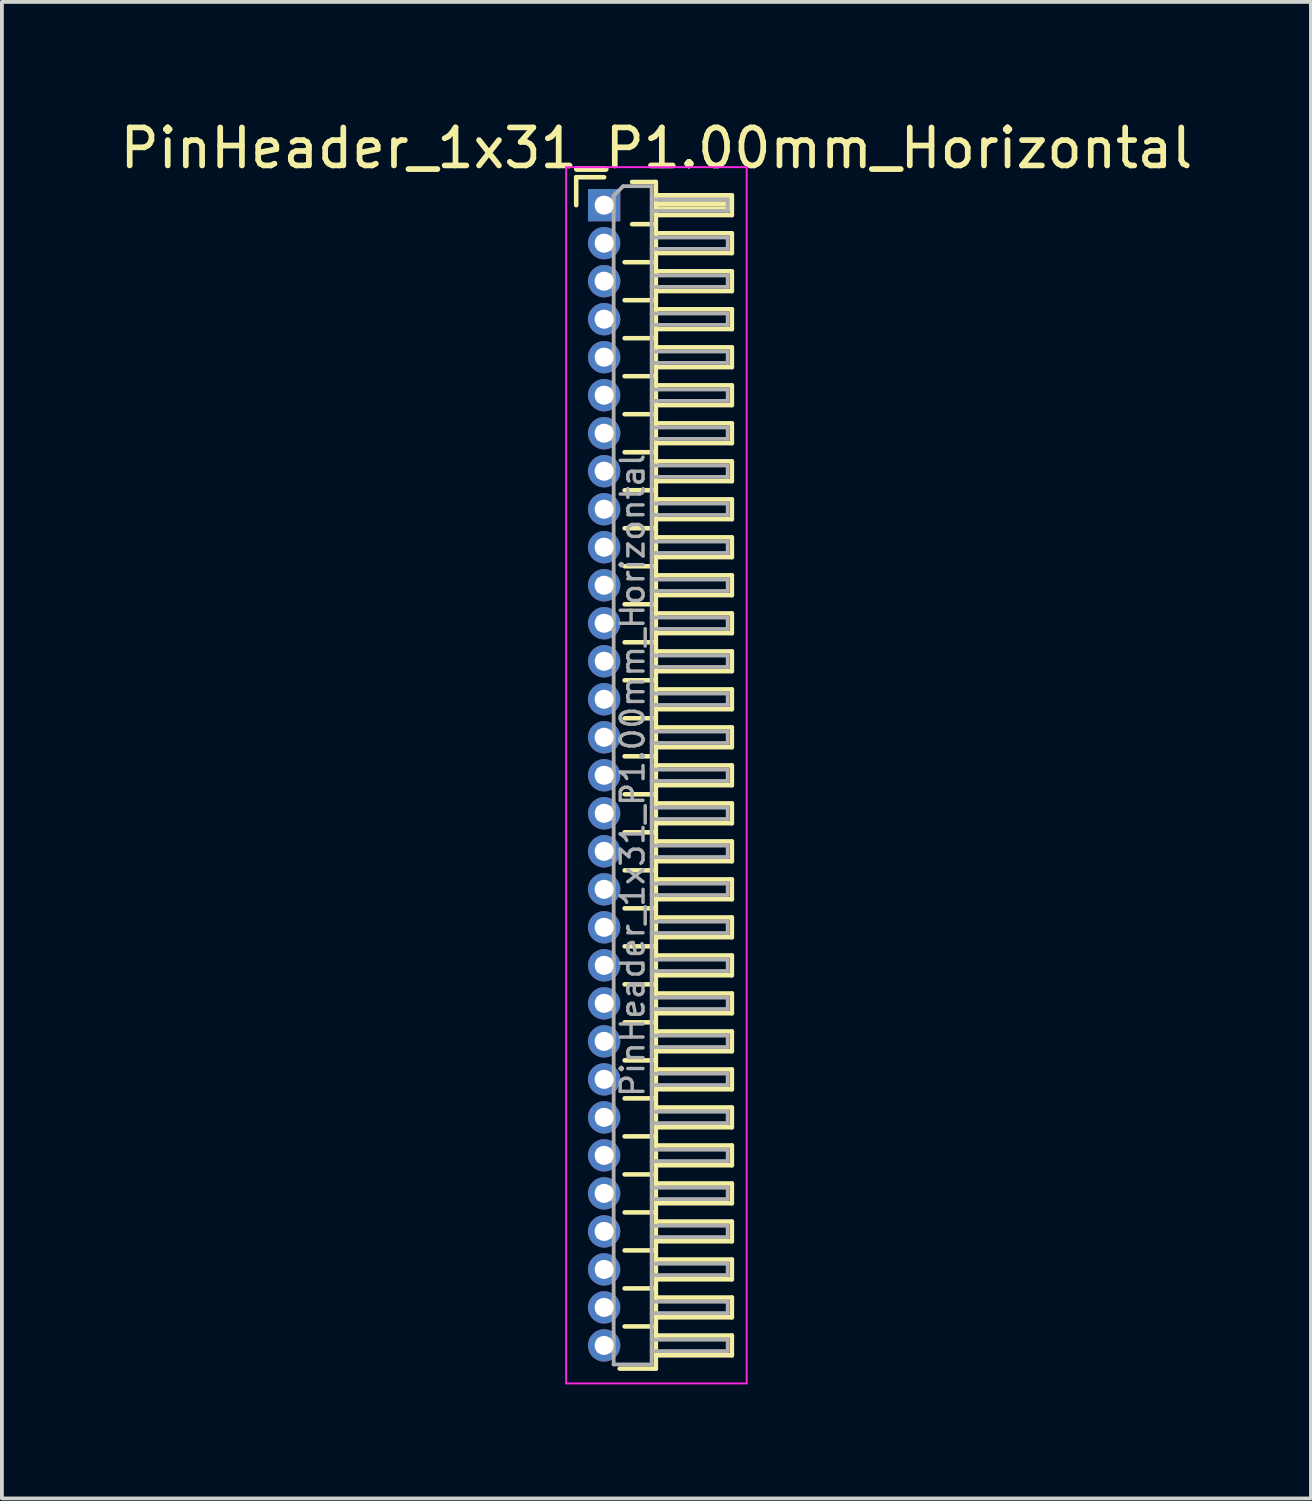
<source format=kicad_pcb>
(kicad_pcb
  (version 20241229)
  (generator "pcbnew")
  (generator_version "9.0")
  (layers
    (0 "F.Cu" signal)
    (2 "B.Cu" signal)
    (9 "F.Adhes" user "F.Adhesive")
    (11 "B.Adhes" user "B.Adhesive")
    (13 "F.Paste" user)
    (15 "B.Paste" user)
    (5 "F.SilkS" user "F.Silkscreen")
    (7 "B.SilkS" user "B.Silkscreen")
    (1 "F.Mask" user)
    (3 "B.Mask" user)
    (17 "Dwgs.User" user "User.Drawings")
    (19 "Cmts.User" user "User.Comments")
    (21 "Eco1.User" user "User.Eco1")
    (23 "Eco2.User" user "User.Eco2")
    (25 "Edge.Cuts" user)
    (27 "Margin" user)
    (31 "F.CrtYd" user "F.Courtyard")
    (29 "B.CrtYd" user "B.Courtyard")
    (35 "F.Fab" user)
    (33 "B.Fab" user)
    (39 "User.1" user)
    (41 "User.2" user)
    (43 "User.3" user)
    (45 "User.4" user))
  (footprint "PinHeader_1x31_P1.00mm_Horizontal"
    (layer "F.Cu")
    (at 12.845 2.348)
    (property "Reference" "PinHeader_1x31_P1.00mm_Horizontal" (at 1.375 -1.5 0) (layer "F.SilkS") (effects (font (size 1 1) (thickness 0.15))))
    (attr through_hole)
    (fp_line (start -0.735 -0.735) (end 0 -0.735) (stroke (width 0.12) (type solid)) (layer "F.SilkS"))
    (fp_line (start -0.735 0) (end -0.735 -0.735) (stroke (width 0.12) (type solid)) (layer "F.SilkS"))
    (fp_line (start 0.539 1.5) (end 1.36 1.5) (stroke (width 0.12) (type solid)) (layer "F.SilkS"))
    (fp_line (start 0.539 2.5) (end 1.36 2.5) (stroke (width 0.12) (type solid)) (layer "F.SilkS"))
    (fp_line (start 0.539 3.5) (end 1.36 3.5) (stroke (width 0.12) (type solid)) (layer "F.SilkS"))
    (fp_line (start 0.539 4.5) (end 1.36 4.5) (stroke (width 0.12) (type solid)) (layer "F.SilkS"))
    (fp_line (start 0.539 5.5) (end 1.36 5.5) (stroke (width 0.12) (type solid)) (layer "F.SilkS"))
    (fp_line (start 0.539 6.5) (end 1.36 6.5) (stroke (width 0.12) (type solid)) (layer "F.SilkS"))
    (fp_line (start 0.539 7.5) (end 1.36 7.5) (stroke (width 0.12) (type solid)) (layer "F.SilkS"))
    (fp_line (start 0.539 8.5) (end 1.36 8.5) (stroke (width 0.12) (type solid)) (layer "F.SilkS"))
    (fp_line (start 0.539 9.5) (end 1.36 9.5) (stroke (width 0.12) (type solid)) (layer "F.SilkS"))
    (fp_line (start 0.539 10.5) (end 1.36 10.5) (stroke (width 0.12) (type solid)) (layer "F.SilkS"))
    (fp_line (start 0.539 11.5) (end 1.36 11.5) (stroke (width 0.12) (type solid)) (layer "F.SilkS"))
    (fp_line (start 0.539 12.5) (end 1.36 12.5) (stroke (width 0.12) (type solid)) (layer "F.SilkS"))
    (fp_line (start 0.539 13.5) (end 1.36 13.5) (stroke (width 0.12) (type solid)) (layer "F.SilkS"))
    (fp_line (start 0.539 14.5) (end 1.36 14.5) (stroke (width 0.12) (type solid)) (layer "F.SilkS"))
    (fp_line (start 0.539 15.5) (end 1.36 15.5) (stroke (width 0.12) (type solid)) (layer "F.SilkS"))
    (fp_line (start 0.539 16.5) (end 1.36 16.5) (stroke (width 0.12) (type solid)) (layer "F.SilkS"))
    (fp_line (start 0.539 17.5) (end 1.36 17.5) (stroke (width 0.12) (type solid)) (layer "F.SilkS"))
    (fp_line (start 0.539 18.5) (end 1.36 18.5) (stroke (width 0.12) (type solid)) (layer "F.SilkS"))
    (fp_line (start 0.539 19.5) (end 1.36 19.5) (stroke (width 0.12) (type solid)) (layer "F.SilkS"))
    (fp_line (start 0.539 20.5) (end 1.36 20.5) (stroke (width 0.12) (type solid)) (layer "F.SilkS"))
    (fp_line (start 0.539 21.5) (end 1.36 21.5) (stroke (width 0.12) (type solid)) (layer "F.SilkS"))
    (fp_line (start 0.539 22.5) (end 1.36 22.5) (stroke (width 0.12) (type solid)) (layer "F.SilkS"))
    (fp_line (start 0.539 23.5) (end 1.36 23.5) (stroke (width 0.12) (type solid)) (layer "F.SilkS"))
    (fp_line (start 0.539 24.5) (end 1.36 24.5) (stroke (width 0.12) (type solid)) (layer "F.SilkS"))
    (fp_line (start 0.539 25.5) (end 1.36 25.5) (stroke (width 0.12) (type solid)) (layer "F.SilkS"))
    (fp_line (start 0.539 26.5) (end 1.36 26.5) (stroke (width 0.12) (type solid)) (layer "F.SilkS"))
    (fp_line (start 0.539 27.5) (end 1.36 27.5) (stroke (width 0.12) (type solid)) (layer "F.SilkS"))
    (fp_line (start 0.539 28.5) (end 1.36 28.5) (stroke (width 0.12) (type solid)) (layer "F.SilkS"))
    (fp_line (start 0.539 29.5) (end 1.36 29.5) (stroke (width 0.12) (type solid)) (layer "F.SilkS"))
    (fp_line (start 0.735 -0.61) (end 1.36 -0.61) (stroke (width 0.12) (type solid)) (layer "F.SilkS"))
    (fp_line (start 0.735 0.5) (end 1.36 0.5) (stroke (width 0.12) (type solid)) (layer "F.SilkS"))
    (fp_line (start 1.36 -0.61) (end 1.36 30.61) (stroke (width 0.12) (type solid)) (layer "F.SilkS"))
    (fp_line (start 1.36 -0.26) (end 3.36 -0.26) (stroke (width 0.12) (type solid)) (layer "F.SilkS"))
    (fp_line (start 1.36 -0.15) (end 3.36 -0.15) (stroke (width 0.12) (type solid)) (layer "F.SilkS"))
    (fp_line (start 1.36 -0.03) (end 3.36 -0.03) (stroke (width 0.12) (type solid)) (layer "F.SilkS"))
    (fp_line (start 1.36 0.09) (end 3.36 0.09) (stroke (width 0.12) (type solid)) (layer "F.SilkS"))
    (fp_line (start 1.36 0.74) (end 3.36 0.74) (stroke (width 0.12) (type solid)) (layer "F.SilkS"))
    (fp_line (start 1.36 1.74) (end 3.36 1.74) (stroke (width 0.12) (type solid)) (layer "F.SilkS"))
    (fp_line (start 1.36 2.74) (end 3.36 2.74) (stroke (width 0.12) (type solid)) (layer "F.SilkS"))
    (fp_line (start 1.36 3.74) (end 3.36 3.74) (stroke (width 0.12) (type solid)) (layer "F.SilkS"))
    (fp_line (start 1.36 4.74) (end 3.36 4.74) (stroke (width 0.12) (type solid)) (layer "F.SilkS"))
    (fp_line (start 1.36 5.74) (end 3.36 5.74) (stroke (width 0.12) (type solid)) (layer "F.SilkS"))
    (fp_line (start 1.36 6.74) (end 3.36 6.74) (stroke (width 0.12) (type solid)) (layer "F.SilkS"))
    (fp_line (start 1.36 7.74) (end 3.36 7.74) (stroke (width 0.12) (type solid)) (layer "F.SilkS"))
    (fp_line (start 1.36 8.74) (end 3.36 8.74) (stroke (width 0.12) (type solid)) (layer "F.SilkS"))
    (fp_line (start 1.36 9.74) (end 3.36 9.74) (stroke (width 0.12) (type solid)) (layer "F.SilkS"))
    (fp_line (start 1.36 10.74) (end 3.36 10.74) (stroke (width 0.12) (type solid)) (layer "F.SilkS"))
    (fp_line (start 1.36 11.74) (end 3.36 11.74) (stroke (width 0.12) (type solid)) (layer "F.SilkS"))
    (fp_line (start 1.36 12.74) (end 3.36 12.74) (stroke (width 0.12) (type solid)) (layer "F.SilkS"))
    (fp_line (start 1.36 13.74) (end 3.36 13.74) (stroke (width 0.12) (type solid)) (layer "F.SilkS"))
    (fp_line (start 1.36 14.74) (end 3.36 14.74) (stroke (width 0.12) (type solid)) (layer "F.SilkS"))
    (fp_line (start 1.36 15.74) (end 3.36 15.74) (stroke (width 0.12) (type solid)) (layer "F.SilkS"))
    (fp_line (start 1.36 16.74) (end 3.36 16.74) (stroke (width 0.12) (type solid)) (layer "F.SilkS"))
    (fp_line (start 1.36 17.74) (end 3.36 17.74) (stroke (width 0.12) (type solid)) (layer "F.SilkS"))
    (fp_line (start 1.36 18.74) (end 3.36 18.74) (stroke (width 0.12) (type solid)) (layer "F.SilkS"))
    (fp_line (start 1.36 19.74) (end 3.36 19.74) (stroke (width 0.12) (type solid)) (layer "F.SilkS"))
    (fp_line (start 1.36 20.74) (end 3.36 20.74) (stroke (width 0.12) (type solid)) (layer "F.SilkS"))
    (fp_line (start 1.36 21.74) (end 3.36 21.74) (stroke (width 0.12) (type solid)) (layer "F.SilkS"))
    (fp_line (start 1.36 22.74) (end 3.36 22.74) (stroke (width 0.12) (type solid)) (layer "F.SilkS"))
    (fp_line (start 1.36 23.74) (end 3.36 23.74) (stroke (width 0.12) (type solid)) (layer "F.SilkS"))
    (fp_line (start 1.36 24.74) (end 3.36 24.74) (stroke (width 0.12) (type solid)) (layer "F.SilkS"))
    (fp_line (start 1.36 25.74) (end 3.36 25.74) (stroke (width 0.12) (type solid)) (layer "F.SilkS"))
    (fp_line (start 1.36 26.74) (end 3.36 26.74) (stroke (width 0.12) (type solid)) (layer "F.SilkS"))
    (fp_line (start 1.36 27.74) (end 3.36 27.74) (stroke (width 0.12) (type solid)) (layer "F.SilkS"))
    (fp_line (start 1.36 28.74) (end 3.36 28.74) (stroke (width 0.12) (type solid)) (layer "F.SilkS"))
    (fp_line (start 1.36 29.74) (end 3.36 29.74) (stroke (width 0.12) (type solid)) (layer "F.SilkS"))
    (fp_line (start 1.36 30.61) (end 0.41 30.61) (stroke (width 0.12) (type solid)) (layer "F.SilkS"))
    (fp_line (start 3.36 -0.26) (end 3.36 0.26) (stroke (width 0.12) (type solid)) (layer "F.SilkS"))
    (fp_line (start 3.36 0.26) (end 1.36 0.26) (stroke (width 0.12) (type solid)) (layer "F.SilkS"))
    (fp_line (start 3.36 0.74) (end 3.36 1.26) (stroke (width 0.12) (type solid)) (layer "F.SilkS"))
    (fp_line (start 3.36 1.26) (end 1.36 1.26) (stroke (width 0.12) (type solid)) (layer "F.SilkS"))
    (fp_line (start 3.36 1.74) (end 3.36 2.26) (stroke (width 0.12) (type solid)) (layer "F.SilkS"))
    (fp_line (start 3.36 2.26) (end 1.36 2.26) (stroke (width 0.12) (type solid)) (layer "F.SilkS"))
    (fp_line (start 3.36 2.74) (end 3.36 3.26) (stroke (width 0.12) (type solid)) (layer "F.SilkS"))
    (fp_line (start 3.36 3.26) (end 1.36 3.26) (stroke (width 0.12) (type solid)) (layer "F.SilkS"))
    (fp_line (start 3.36 3.74) (end 3.36 4.26) (stroke (width 0.12) (type solid)) (layer "F.SilkS"))
    (fp_line (start 3.36 4.26) (end 1.36 4.26) (stroke (width 0.12) (type solid)) (layer "F.SilkS"))
    (fp_line (start 3.36 4.74) (end 3.36 5.26) (stroke (width 0.12) (type solid)) (layer "F.SilkS"))
    (fp_line (start 3.36 5.26) (end 1.36 5.26) (stroke (width 0.12) (type solid)) (layer "F.SilkS"))
    (fp_line (start 3.36 5.74) (end 3.36 6.26) (stroke (width 0.12) (type solid)) (layer "F.SilkS"))
    (fp_line (start 3.36 6.26) (end 1.36 6.26) (stroke (width 0.12) (type solid)) (layer "F.SilkS"))
    (fp_line (start 3.36 6.74) (end 3.36 7.26) (stroke (width 0.12) (type solid)) (layer "F.SilkS"))
    (fp_line (start 3.36 7.26) (end 1.36 7.26) (stroke (width 0.12) (type solid)) (layer "F.SilkS"))
    (fp_line (start 3.36 7.74) (end 3.36 8.26) (stroke (width 0.12) (type solid)) (layer "F.SilkS"))
    (fp_line (start 3.36 8.26) (end 1.36 8.26) (stroke (width 0.12) (type solid)) (layer "F.SilkS"))
    (fp_line (start 3.36 8.74) (end 3.36 9.26) (stroke (width 0.12) (type solid)) (layer "F.SilkS"))
    (fp_line (start 3.36 9.26) (end 1.36 9.26) (stroke (width 0.12) (type solid)) (layer "F.SilkS"))
    (fp_line (start 3.36 9.74) (end 3.36 10.26) (stroke (width 0.12) (type solid)) (layer "F.SilkS"))
    (fp_line (start 3.36 10.26) (end 1.36 10.26) (stroke (width 0.12) (type solid)) (layer "F.SilkS"))
    (fp_line (start 3.36 10.74) (end 3.36 11.26) (stroke (width 0.12) (type solid)) (layer "F.SilkS"))
    (fp_line (start 3.36 11.26) (end 1.36 11.26) (stroke (width 0.12) (type solid)) (layer "F.SilkS"))
    (fp_line (start 3.36 11.74) (end 3.36 12.26) (stroke (width 0.12) (type solid)) (layer "F.SilkS"))
    (fp_line (start 3.36 12.26) (end 1.36 12.26) (stroke (width 0.12) (type solid)) (layer "F.SilkS"))
    (fp_line (start 3.36 12.74) (end 3.36 13.26) (stroke (width 0.12) (type solid)) (layer "F.SilkS"))
    (fp_line (start 3.36 13.26) (end 1.36 13.26) (stroke (width 0.12) (type solid)) (layer "F.SilkS"))
    (fp_line (start 3.36 13.74) (end 3.36 14.26) (stroke (width 0.12) (type solid)) (layer "F.SilkS"))
    (fp_line (start 3.36 14.26) (end 1.36 14.26) (stroke (width 0.12) (type solid)) (layer "F.SilkS"))
    (fp_line (start 3.36 14.74) (end 3.36 15.26) (stroke (width 0.12) (type solid)) (layer "F.SilkS"))
    (fp_line (start 3.36 15.26) (end 1.36 15.26) (stroke (width 0.12) (type solid)) (layer "F.SilkS"))
    (fp_line (start 3.36 15.74) (end 3.36 16.26) (stroke (width 0.12) (type solid)) (layer "F.SilkS"))
    (fp_line (start 3.36 16.26) (end 1.36 16.26) (stroke (width 0.12) (type solid)) (layer "F.SilkS"))
    (fp_line (start 3.36 16.74) (end 3.36 17.26) (stroke (width 0.12) (type solid)) (layer "F.SilkS"))
    (fp_line (start 3.36 17.26) (end 1.36 17.26) (stroke (width 0.12) (type solid)) (layer "F.SilkS"))
    (fp_line (start 3.36 17.74) (end 3.36 18.26) (stroke (width 0.12) (type solid)) (layer "F.SilkS"))
    (fp_line (start 3.36 18.26) (end 1.36 18.26) (stroke (width 0.12) (type solid)) (layer "F.SilkS"))
    (fp_line (start 3.36 18.74) (end 3.36 19.26) (stroke (width 0.12) (type solid)) (layer "F.SilkS"))
    (fp_line (start 3.36 19.26) (end 1.36 19.26) (stroke (width 0.12) (type solid)) (layer "F.SilkS"))
    (fp_line (start 3.36 19.74) (end 3.36 20.26) (stroke (width 0.12) (type solid)) (layer "F.SilkS"))
    (fp_line (start 3.36 20.26) (end 1.36 20.26) (stroke (width 0.12) (type solid)) (layer "F.SilkS"))
    (fp_line (start 3.36 20.74) (end 3.36 21.26) (stroke (width 0.12) (type solid)) (layer "F.SilkS"))
    (fp_line (start 3.36 21.26) (end 1.36 21.26) (stroke (width 0.12) (type solid)) (layer "F.SilkS"))
    (fp_line (start 3.36 21.74) (end 3.36 22.26) (stroke (width 0.12) (type solid)) (layer "F.SilkS"))
    (fp_line (start 3.36 22.26) (end 1.36 22.26) (stroke (width 0.12) (type solid)) (layer "F.SilkS"))
    (fp_line (start 3.36 22.74) (end 3.36 23.26) (stroke (width 0.12) (type solid)) (layer "F.SilkS"))
    (fp_line (start 3.36 23.26) (end 1.36 23.26) (stroke (width 0.12) (type solid)) (layer "F.SilkS"))
    (fp_line (start 3.36 23.74) (end 3.36 24.26) (stroke (width 0.12) (type solid)) (layer "F.SilkS"))
    (fp_line (start 3.36 24.26) (end 1.36 24.26) (stroke (width 0.12) (type solid)) (layer "F.SilkS"))
    (fp_line (start 3.36 24.74) (end 3.36 25.26) (stroke (width 0.12) (type solid)) (layer "F.SilkS"))
    (fp_line (start 3.36 25.26) (end 1.36 25.26) (stroke (width 0.12) (type solid)) (layer "F.SilkS"))
    (fp_line (start 3.36 25.74) (end 3.36 26.26) (stroke (width 0.12) (type solid)) (layer "F.SilkS"))
    (fp_line (start 3.36 26.26) (end 1.36 26.26) (stroke (width 0.12) (type solid)) (layer "F.SilkS"))
    (fp_line (start 3.36 26.74) (end 3.36 27.26) (stroke (width 0.12) (type solid)) (layer "F.SilkS"))
    (fp_line (start 3.36 27.26) (end 1.36 27.26) (stroke (width 0.12) (type solid)) (layer "F.SilkS"))
    (fp_line (start 3.36 27.74) (end 3.36 28.26) (stroke (width 0.12) (type solid)) (layer "F.SilkS"))
    (fp_line (start 3.36 28.26) (end 1.36 28.26) (stroke (width 0.12) (type solid)) (layer "F.SilkS"))
    (fp_line (start 3.36 28.74) (end 3.36 29.26) (stroke (width 0.12) (type solid)) (layer "F.SilkS"))
    (fp_line (start 3.36 29.26) (end 1.36 29.26) (stroke (width 0.12) (type solid)) (layer "F.SilkS"))
    (fp_line (start 3.36 29.74) (end 3.36 30.26) (stroke (width 0.12) (type solid)) (layer "F.SilkS"))
    (fp_line (start 3.36 30.26) (end 1.36 30.26) (stroke (width 0.12) (type solid)) (layer "F.SilkS"))
    (fp_line (start -1 -1) (end -1 31) (stroke (width 0.05) (type solid)) (layer "F.CrtYd"))
    (fp_line (start -1 31) (end 3.75 31) (stroke (width 0.05) (type solid)) (layer "F.CrtYd"))
    (fp_line (start 3.75 -1) (end -1 -1) (stroke (width 0.05) (type solid)) (layer "F.CrtYd"))
    (fp_line (start 3.75 31) (end 3.75 -1) (stroke (width 0.05) (type solid)) (layer "F.CrtYd"))
    (fp_line (start -0.15 -0.15) (end -0.15 0.15) (stroke (width 0.1) (type solid)) (layer "F.Fab"))
    (fp_line (start -0.15 -0.15) (end 0.25 -0.15) (stroke (width 0.1) (type solid)) (layer "F.Fab"))
    (fp_line (start -0.15 0.15) (end 0.25 0.15) (stroke (width 0.1) (type solid)) (layer "F.Fab"))
    (fp_line (start -0.15 0.85) (end -0.15 1.15) (stroke (width 0.1) (type solid)) (layer "F.Fab"))
    (fp_line (start -0.15 0.85) (end 0.25 0.85) (stroke (width 0.1) (type solid)) (layer "F.Fab"))
    (fp_line (start -0.15 1.15) (end 0.25 1.15) (stroke (width 0.1) (type solid)) (layer "F.Fab"))
    (fp_line (start -0.15 1.85) (end -0.15 2.15) (stroke (width 0.1) (type solid)) (layer "F.Fab"))
    (fp_line (start -0.15 1.85) (end 0.25 1.85) (stroke (width 0.1) (type solid)) (layer "F.Fab"))
    (fp_line (start -0.15 2.15) (end 0.25 2.15) (stroke (width 0.1) (type solid)) (layer "F.Fab"))
    (fp_line (start -0.15 2.85) (end -0.15 3.15) (stroke (width 0.1) (type solid)) (layer "F.Fab"))
    (fp_line (start -0.15 2.85) (end 0.25 2.85) (stroke (width 0.1) (type solid)) (layer "F.Fab"))
    (fp_line (start -0.15 3.15) (end 0.25 3.15) (stroke (width 0.1) (type solid)) (layer "F.Fab"))
    (fp_line (start -0.15 3.85) (end -0.15 4.15) (stroke (width 0.1) (type solid)) (layer "F.Fab"))
    (fp_line (start -0.15 3.85) (end 0.25 3.85) (stroke (width 0.1) (type solid)) (layer "F.Fab"))
    (fp_line (start -0.15 4.15) (end 0.25 4.15) (stroke (width 0.1) (type solid)) (layer "F.Fab"))
    (fp_line (start -0.15 4.85) (end -0.15 5.15) (stroke (width 0.1) (type solid)) (layer "F.Fab"))
    (fp_line (start -0.15 4.85) (end 0.25 4.85) (stroke (width 0.1) (type solid)) (layer "F.Fab"))
    (fp_line (start -0.15 5.15) (end 0.25 5.15) (stroke (width 0.1) (type solid)) (layer "F.Fab"))
    (fp_line (start -0.15 5.85) (end -0.15 6.15) (stroke (width 0.1) (type solid)) (layer "F.Fab"))
    (fp_line (start -0.15 5.85) (end 0.25 5.85) (stroke (width 0.1) (type solid)) (layer "F.Fab"))
    (fp_line (start -0.15 6.15) (end 0.25 6.15) (stroke (width 0.1) (type solid)) (layer "F.Fab"))
    (fp_line (start -0.15 6.85) (end -0.15 7.15) (stroke (width 0.1) (type solid)) (layer "F.Fab"))
    (fp_line (start -0.15 6.85) (end 0.25 6.85) (stroke (width 0.1) (type solid)) (layer "F.Fab"))
    (fp_line (start -0.15 7.15) (end 0.25 7.15) (stroke (width 0.1) (type solid)) (layer "F.Fab"))
    (fp_line (start -0.15 7.85) (end -0.15 8.15) (stroke (width 0.1) (type solid)) (layer "F.Fab"))
    (fp_line (start -0.15 7.85) (end 0.25 7.85) (stroke (width 0.1) (type solid)) (layer "F.Fab"))
    (fp_line (start -0.15 8.15) (end 0.25 8.15) (stroke (width 0.1) (type solid)) (layer "F.Fab"))
    (fp_line (start -0.15 8.85) (end -0.15 9.15) (stroke (width 0.1) (type solid)) (layer "F.Fab"))
    (fp_line (start -0.15 8.85) (end 0.25 8.85) (stroke (width 0.1) (type solid)) (layer "F.Fab"))
    (fp_line (start -0.15 9.15) (end 0.25 9.15) (stroke (width 0.1) (type solid)) (layer "F.Fab"))
    (fp_line (start -0.15 9.85) (end -0.15 10.15) (stroke (width 0.1) (type solid)) (layer "F.Fab"))
    (fp_line (start -0.15 9.85) (end 0.25 9.85) (stroke (width 0.1) (type solid)) (layer "F.Fab"))
    (fp_line (start -0.15 10.15) (end 0.25 10.15) (stroke (width 0.1) (type solid)) (layer "F.Fab"))
    (fp_line (start -0.15 10.85) (end -0.15 11.15) (stroke (width 0.1) (type solid)) (layer "F.Fab"))
    (fp_line (start -0.15 10.85) (end 0.25 10.85) (stroke (width 0.1) (type solid)) (layer "F.Fab"))
    (fp_line (start -0.15 11.15) (end 0.25 11.15) (stroke (width 0.1) (type solid)) (layer "F.Fab"))
    (fp_line (start -0.15 11.85) (end -0.15 12.15) (stroke (width 0.1) (type solid)) (layer "F.Fab"))
    (fp_line (start -0.15 11.85) (end 0.25 11.85) (stroke (width 0.1) (type solid)) (layer "F.Fab"))
    (fp_line (start -0.15 12.15) (end 0.25 12.15) (stroke (width 0.1) (type solid)) (layer "F.Fab"))
    (fp_line (start -0.15 12.85) (end -0.15 13.15) (stroke (width 0.1) (type solid)) (layer "F.Fab"))
    (fp_line (start -0.15 12.85) (end 0.25 12.85) (stroke (width 0.1) (type solid)) (layer "F.Fab"))
    (fp_line (start -0.15 13.15) (end 0.25 13.15) (stroke (width 0.1) (type solid)) (layer "F.Fab"))
    (fp_line (start -0.15 13.85) (end -0.15 14.15) (stroke (width 0.1) (type solid)) (layer "F.Fab"))
    (fp_line (start -0.15 13.85) (end 0.25 13.85) (stroke (width 0.1) (type solid)) (layer "F.Fab"))
    (fp_line (start -0.15 14.15) (end 0.25 14.15) (stroke (width 0.1) (type solid)) (layer "F.Fab"))
    (fp_line (start -0.15 14.85) (end -0.15 15.15) (stroke (width 0.1) (type solid)) (layer "F.Fab"))
    (fp_line (start -0.15 14.85) (end 0.25 14.85) (stroke (width 0.1) (type solid)) (layer "F.Fab"))
    (fp_line (start -0.15 15.15) (end 0.25 15.15) (stroke (width 0.1) (type solid)) (layer "F.Fab"))
    (fp_line (start -0.15 15.85) (end -0.15 16.15) (stroke (width 0.1) (type solid)) (layer "F.Fab"))
    (fp_line (start -0.15 15.85) (end 0.25 15.85) (stroke (width 0.1) (type solid)) (layer "F.Fab"))
    (fp_line (start -0.15 16.15) (end 0.25 16.15) (stroke (width 0.1) (type solid)) (layer "F.Fab"))
    (fp_line (start -0.15 16.85) (end -0.15 17.15) (stroke (width 0.1) (type solid)) (layer "F.Fab"))
    (fp_line (start -0.15 16.85) (end 0.25 16.85) (stroke (width 0.1) (type solid)) (layer "F.Fab"))
    (fp_line (start -0.15 17.15) (end 0.25 17.15) (stroke (width 0.1) (type solid)) (layer "F.Fab"))
    (fp_line (start -0.15 17.85) (end -0.15 18.15) (stroke (width 0.1) (type solid)) (layer "F.Fab"))
    (fp_line (start -0.15 17.85) (end 0.25 17.85) (stroke (width 0.1) (type solid)) (layer "F.Fab"))
    (fp_line (start -0.15 18.15) (end 0.25 18.15) (stroke (width 0.1) (type solid)) (layer "F.Fab"))
    (fp_line (start -0.15 18.85) (end -0.15 19.15) (stroke (width 0.1) (type solid)) (layer "F.Fab"))
    (fp_line (start -0.15 18.85) (end 0.25 18.85) (stroke (width 0.1) (type solid)) (layer "F.Fab"))
    (fp_line (start -0.15 19.15) (end 0.25 19.15) (stroke (width 0.1) (type solid)) (layer "F.Fab"))
    (fp_line (start -0.15 19.85) (end -0.15 20.15) (stroke (width 0.1) (type solid)) (layer "F.Fab"))
    (fp_line (start -0.15 19.85) (end 0.25 19.85) (stroke (width 0.1) (type solid)) (layer "F.Fab"))
    (fp_line (start -0.15 20.15) (end 0.25 20.15) (stroke (width 0.1) (type solid)) (layer "F.Fab"))
    (fp_line (start -0.15 20.85) (end -0.15 21.15) (stroke (width 0.1) (type solid)) (layer "F.Fab"))
    (fp_line (start -0.15 20.85) (end 0.25 20.85) (stroke (width 0.1) (type solid)) (layer "F.Fab"))
    (fp_line (start -0.15 21.15) (end 0.25 21.15) (stroke (width 0.1) (type solid)) (layer "F.Fab"))
    (fp_line (start -0.15 21.85) (end -0.15 22.15) (stroke (width 0.1) (type solid)) (layer "F.Fab"))
    (fp_line (start -0.15 21.85) (end 0.25 21.85) (stroke (width 0.1) (type solid)) (layer "F.Fab"))
    (fp_line (start -0.15 22.15) (end 0.25 22.15) (stroke (width 0.1) (type solid)) (layer "F.Fab"))
    (fp_line (start -0.15 22.85) (end -0.15 23.15) (stroke (width 0.1) (type solid)) (layer "F.Fab"))
    (fp_line (start -0.15 22.85) (end 0.25 22.85) (stroke (width 0.1) (type solid)) (layer "F.Fab"))
    (fp_line (start -0.15 23.15) (end 0.25 23.15) (stroke (width 0.1) (type solid)) (layer "F.Fab"))
    (fp_line (start -0.15 23.85) (end -0.15 24.15) (stroke (width 0.1) (type solid)) (layer "F.Fab"))
    (fp_line (start -0.15 23.85) (end 0.25 23.85) (stroke (width 0.1) (type solid)) (layer "F.Fab"))
    (fp_line (start -0.15 24.15) (end 0.25 24.15) (stroke (width 0.1) (type solid)) (layer "F.Fab"))
    (fp_line (start -0.15 24.85) (end -0.15 25.15) (stroke (width 0.1) (type solid)) (layer "F.Fab"))
    (fp_line (start -0.15 24.85) (end 0.25 24.85) (stroke (width 0.1) (type solid)) (layer "F.Fab"))
    (fp_line (start -0.15 25.15) (end 0.25 25.15) (stroke (width 0.1) (type solid)) (layer "F.Fab"))
    (fp_line (start -0.15 25.85) (end -0.15 26.15) (stroke (width 0.1) (type solid)) (layer "F.Fab"))
    (fp_line (start -0.15 25.85) (end 0.25 25.85) (stroke (width 0.1) (type solid)) (layer "F.Fab"))
    (fp_line (start -0.15 26.15) (end 0.25 26.15) (stroke (width 0.1) (type solid)) (layer "F.Fab"))
    (fp_line (start -0.15 26.85) (end -0.15 27.15) (stroke (width 0.1) (type solid)) (layer "F.Fab"))
    (fp_line (start -0.15 26.85) (end 0.25 26.85) (stroke (width 0.1) (type solid)) (layer "F.Fab"))
    (fp_line (start -0.15 27.15) (end 0.25 27.15) (stroke (width 0.1) (type solid)) (layer "F.Fab"))
    (fp_line (start -0.15 27.85) (end -0.15 28.15) (stroke (width 0.1) (type solid)) (layer "F.Fab"))
    (fp_line (start -0.15 27.85) (end 0.25 27.85) (stroke (width 0.1) (type solid)) (layer "F.Fab"))
    (fp_line (start -0.15 28.15) (end 0.25 28.15) (stroke (width 0.1) (type solid)) (layer "F.Fab"))
    (fp_line (start -0.15 28.85) (end -0.15 29.15) (stroke (width 0.1) (type solid)) (layer "F.Fab"))
    (fp_line (start -0.15 28.85) (end 0.25 28.85) (stroke (width 0.1) (type solid)) (layer "F.Fab"))
    (fp_line (start -0.15 29.15) (end 0.25 29.15) (stroke (width 0.1) (type solid)) (layer "F.Fab"))
    (fp_line (start -0.15 29.85) (end -0.15 30.15) (stroke (width 0.1) (type solid)) (layer "F.Fab"))
    (fp_line (start -0.15 29.85) (end 0.25 29.85) (stroke (width 0.1) (type solid)) (layer "F.Fab"))
    (fp_line (start -0.15 30.15) (end 0.25 30.15) (stroke (width 0.1) (type solid)) (layer "F.Fab"))
    (fp_line (start 0.25 -0.25) (end 0.5 -0.5) (stroke (width 0.1) (type solid)) (layer "F.Fab"))
    (fp_line (start 0.25 30.5) (end 0.25 -0.25) (stroke (width 0.1) (type solid)) (layer "F.Fab"))
    (fp_line (start 0.5 -0.5) (end 1.25 -0.5) (stroke (width 0.1) (type solid)) (layer "F.Fab"))
    (fp_line (start 1.25 -0.5) (end 1.25 30.5) (stroke (width 0.1) (type solid)) (layer "F.Fab"))
    (fp_line (start 1.25 -0.15) (end 3.25 -0.15) (stroke (width 0.1) (type solid)) (layer "F.Fab"))
    (fp_line (start 1.25 0.15) (end 3.25 0.15) (stroke (width 0.1) (type solid)) (layer "F.Fab"))
    (fp_line (start 1.25 0.85) (end 3.25 0.85) (stroke (width 0.1) (type solid)) (layer "F.Fab"))
    (fp_line (start 1.25 1.15) (end 3.25 1.15) (stroke (width 0.1) (type solid)) (layer "F.Fab"))
    (fp_line (start 1.25 1.85) (end 3.25 1.85) (stroke (width 0.1) (type solid)) (layer "F.Fab"))
    (fp_line (start 1.25 2.15) (end 3.25 2.15) (stroke (width 0.1) (type solid)) (layer "F.Fab"))
    (fp_line (start 1.25 2.85) (end 3.25 2.85) (stroke (width 0.1) (type solid)) (layer "F.Fab"))
    (fp_line (start 1.25 3.15) (end 3.25 3.15) (stroke (width 0.1) (type solid)) (layer "F.Fab"))
    (fp_line (start 1.25 3.85) (end 3.25 3.85) (stroke (width 0.1) (type solid)) (layer "F.Fab"))
    (fp_line (start 1.25 4.15) (end 3.25 4.15) (stroke (width 0.1) (type solid)) (layer "F.Fab"))
    (fp_line (start 1.25 4.85) (end 3.25 4.85) (stroke (width 0.1) (type solid)) (layer "F.Fab"))
    (fp_line (start 1.25 5.15) (end 3.25 5.15) (stroke (width 0.1) (type solid)) (layer "F.Fab"))
    (fp_line (start 1.25 5.85) (end 3.25 5.85) (stroke (width 0.1) (type solid)) (layer "F.Fab"))
    (fp_line (start 1.25 6.15) (end 3.25 6.15) (stroke (width 0.1) (type solid)) (layer "F.Fab"))
    (fp_line (start 1.25 6.85) (end 3.25 6.85) (stroke (width 0.1) (type solid)) (layer "F.Fab"))
    (fp_line (start 1.25 7.15) (end 3.25 7.15) (stroke (width 0.1) (type solid)) (layer "F.Fab"))
    (fp_line (start 1.25 7.85) (end 3.25 7.85) (stroke (width 0.1) (type solid)) (layer "F.Fab"))
    (fp_line (start 1.25 8.15) (end 3.25 8.15) (stroke (width 0.1) (type solid)) (layer "F.Fab"))
    (fp_line (start 1.25 8.85) (end 3.25 8.85) (stroke (width 0.1) (type solid)) (layer "F.Fab"))
    (fp_line (start 1.25 9.15) (end 3.25 9.15) (stroke (width 0.1) (type solid)) (layer "F.Fab"))
    (fp_line (start 1.25 9.85) (end 3.25 9.85) (stroke (width 0.1) (type solid)) (layer "F.Fab"))
    (fp_line (start 1.25 10.15) (end 3.25 10.15) (stroke (width 0.1) (type solid)) (layer "F.Fab"))
    (fp_line (start 1.25 10.85) (end 3.25 10.85) (stroke (width 0.1) (type solid)) (layer "F.Fab"))
    (fp_line (start 1.25 11.15) (end 3.25 11.15) (stroke (width 0.1) (type solid)) (layer "F.Fab"))
    (fp_line (start 1.25 11.85) (end 3.25 11.85) (stroke (width 0.1) (type solid)) (layer "F.Fab"))
    (fp_line (start 1.25 12.15) (end 3.25 12.15) (stroke (width 0.1) (type solid)) (layer "F.Fab"))
    (fp_line (start 1.25 12.85) (end 3.25 12.85) (stroke (width 0.1) (type solid)) (layer "F.Fab"))
    (fp_line (start 1.25 13.15) (end 3.25 13.15) (stroke (width 0.1) (type solid)) (layer "F.Fab"))
    (fp_line (start 1.25 13.85) (end 3.25 13.85) (stroke (width 0.1) (type solid)) (layer "F.Fab"))
    (fp_line (start 1.25 14.15) (end 3.25 14.15) (stroke (width 0.1) (type solid)) (layer "F.Fab"))
    (fp_line (start 1.25 14.85) (end 3.25 14.85) (stroke (width 0.1) (type solid)) (layer "F.Fab"))
    (fp_line (start 1.25 15.15) (end 3.25 15.15) (stroke (width 0.1) (type solid)) (layer "F.Fab"))
    (fp_line (start 1.25 15.85) (end 3.25 15.85) (stroke (width 0.1) (type solid)) (layer "F.Fab"))
    (fp_line (start 1.25 16.15) (end 3.25 16.15) (stroke (width 0.1) (type solid)) (layer "F.Fab"))
    (fp_line (start 1.25 16.85) (end 3.25 16.85) (stroke (width 0.1) (type solid)) (layer "F.Fab"))
    (fp_line (start 1.25 17.15) (end 3.25 17.15) (stroke (width 0.1) (type solid)) (layer "F.Fab"))
    (fp_line (start 1.25 17.85) (end 3.25 17.85) (stroke (width 0.1) (type solid)) (layer "F.Fab"))
    (fp_line (start 1.25 18.15) (end 3.25 18.15) (stroke (width 0.1) (type solid)) (layer "F.Fab"))
    (fp_line (start 1.25 18.85) (end 3.25 18.85) (stroke (width 0.1) (type solid)) (layer "F.Fab"))
    (fp_line (start 1.25 19.15) (end 3.25 19.15) (stroke (width 0.1) (type solid)) (layer "F.Fab"))
    (fp_line (start 1.25 19.85) (end 3.25 19.85) (stroke (width 0.1) (type solid)) (layer "F.Fab"))
    (fp_line (start 1.25 20.15) (end 3.25 20.15) (stroke (width 0.1) (type solid)) (layer "F.Fab"))
    (fp_line (start 1.25 20.85) (end 3.25 20.85) (stroke (width 0.1) (type solid)) (layer "F.Fab"))
    (fp_line (start 1.25 21.15) (end 3.25 21.15) (stroke (width 0.1) (type solid)) (layer "F.Fab"))
    (fp_line (start 1.25 21.85) (end 3.25 21.85) (stroke (width 0.1) (type solid)) (layer "F.Fab"))
    (fp_line (start 1.25 22.15) (end 3.25 22.15) (stroke (width 0.1) (type solid)) (layer "F.Fab"))
    (fp_line (start 1.25 22.85) (end 3.25 22.85) (stroke (width 0.1) (type solid)) (layer "F.Fab"))
    (fp_line (start 1.25 23.15) (end 3.25 23.15) (stroke (width 0.1) (type solid)) (layer "F.Fab"))
    (fp_line (start 1.25 23.85) (end 3.25 23.85) (stroke (width 0.1) (type solid)) (layer "F.Fab"))
    (fp_line (start 1.25 24.15) (end 3.25 24.15) (stroke (width 0.1) (type solid)) (layer "F.Fab"))
    (fp_line (start 1.25 24.85) (end 3.25 24.85) (stroke (width 0.1) (type solid)) (layer "F.Fab"))
    (fp_line (start 1.25 25.15) (end 3.25 25.15) (stroke (width 0.1) (type solid)) (layer "F.Fab"))
    (fp_line (start 1.25 25.85) (end 3.25 25.85) (stroke (width 0.1) (type solid)) (layer "F.Fab"))
    (fp_line (start 1.25 26.15) (end 3.25 26.15) (stroke (width 0.1) (type solid)) (layer "F.Fab"))
    (fp_line (start 1.25 26.85) (end 3.25 26.85) (stroke (width 0.1) (type solid)) (layer "F.Fab"))
    (fp_line (start 1.25 27.15) (end 3.25 27.15) (stroke (width 0.1) (type solid)) (layer "F.Fab"))
    (fp_line (start 1.25 27.85) (end 3.25 27.85) (stroke (width 0.1) (type solid)) (layer "F.Fab"))
    (fp_line (start 1.25 28.15) (end 3.25 28.15) (stroke (width 0.1) (type solid)) (layer "F.Fab"))
    (fp_line (start 1.25 28.85) (end 3.25 28.85) (stroke (width 0.1) (type solid)) (layer "F.Fab"))
    (fp_line (start 1.25 29.15) (end 3.25 29.15) (stroke (width 0.1) (type solid)) (layer "F.Fab"))
    (fp_line (start 1.25 29.85) (end 3.25 29.85) (stroke (width 0.1) (type solid)) (layer "F.Fab"))
    (fp_line (start 1.25 30.15) (end 3.25 30.15) (stroke (width 0.1) (type solid)) (layer "F.Fab"))
    (fp_line (start 1.25 30.5) (end 0.25 30.5) (stroke (width 0.1) (type solid)) (layer "F.Fab"))
    (fp_line (start 3.25 -0.15) (end 3.25 0.15) (stroke (width 0.1) (type solid)) (layer "F.Fab"))
    (fp_line (start 3.25 0.85) (end 3.25 1.15) (stroke (width 0.1) (type solid)) (layer "F.Fab"))
    (fp_line (start 3.25 1.85) (end 3.25 2.15) (stroke (width 0.1) (type solid)) (layer "F.Fab"))
    (fp_line (start 3.25 2.85) (end 3.25 3.15) (stroke (width 0.1) (type solid)) (layer "F.Fab"))
    (fp_line (start 3.25 3.85) (end 3.25 4.15) (stroke (width 0.1) (type solid)) (layer "F.Fab"))
    (fp_line (start 3.25 4.85) (end 3.25 5.15) (stroke (width 0.1) (type solid)) (layer "F.Fab"))
    (fp_line (start 3.25 5.85) (end 3.25 6.15) (stroke (width 0.1) (type solid)) (layer "F.Fab"))
    (fp_line (start 3.25 6.85) (end 3.25 7.15) (stroke (width 0.1) (type solid)) (layer "F.Fab"))
    (fp_line (start 3.25 7.85) (end 3.25 8.15) (stroke (width 0.1) (type solid)) (layer "F.Fab"))
    (fp_line (start 3.25 8.85) (end 3.25 9.15) (stroke (width 0.1) (type solid)) (layer "F.Fab"))
    (fp_line (start 3.25 9.85) (end 3.25 10.15) (stroke (width 0.1) (type solid)) (layer "F.Fab"))
    (fp_line (start 3.25 10.85) (end 3.25 11.15) (stroke (width 0.1) (type solid)) (layer "F.Fab"))
    (fp_line (start 3.25 11.85) (end 3.25 12.15) (stroke (width 0.1) (type solid)) (layer "F.Fab"))
    (fp_line (start 3.25 12.85) (end 3.25 13.15) (stroke (width 0.1) (type solid)) (layer "F.Fab"))
    (fp_line (start 3.25 13.85) (end 3.25 14.15) (stroke (width 0.1) (type solid)) (layer "F.Fab"))
    (fp_line (start 3.25 14.85) (end 3.25 15.15) (stroke (width 0.1) (type solid)) (layer "F.Fab"))
    (fp_line (start 3.25 15.85) (end 3.25 16.15) (stroke (width 0.1) (type solid)) (layer "F.Fab"))
    (fp_line (start 3.25 16.85) (end 3.25 17.15) (stroke (width 0.1) (type solid)) (layer "F.Fab"))
    (fp_line (start 3.25 17.85) (end 3.25 18.15) (stroke (width 0.1) (type solid)) (layer "F.Fab"))
    (fp_line (start 3.25 18.85) (end 3.25 19.15) (stroke (width 0.1) (type solid)) (layer "F.Fab"))
    (fp_line (start 3.25 19.85) (end 3.25 20.15) (stroke (width 0.1) (type solid)) (layer "F.Fab"))
    (fp_line (start 3.25 20.85) (end 3.25 21.15) (stroke (width 0.1) (type solid)) (layer "F.Fab"))
    (fp_line (start 3.25 21.85) (end 3.25 22.15) (stroke (width 0.1) (type solid)) (layer "F.Fab"))
    (fp_line (start 3.25 22.85) (end 3.25 23.15) (stroke (width 0.1) (type solid)) (layer "F.Fab"))
    (fp_line (start 3.25 23.85) (end 3.25 24.15) (stroke (width 0.1) (type solid)) (layer "F.Fab"))
    (fp_line (start 3.25 24.85) (end 3.25 25.15) (stroke (width 0.1) (type solid)) (layer "F.Fab"))
    (fp_line (start 3.25 25.85) (end 3.25 26.15) (stroke (width 0.1) (type solid)) (layer "F.Fab"))
    (fp_line (start 3.25 26.85) (end 3.25 27.15) (stroke (width 0.1) (type solid)) (layer "F.Fab"))
    (fp_line (start 3.25 27.85) (end 3.25 28.15) (stroke (width 0.1) (type solid)) (layer "F.Fab"))
    (fp_line (start 3.25 28.85) (end 3.25 29.15) (stroke (width 0.1) (type solid)) (layer "F.Fab"))
    (fp_line (start 3.25 29.85) (end 3.25 30.15) (stroke (width 0.1) (type solid)) (layer "F.Fab"))
    (fp_text user "${REFERENCE}" (at 0.75 15 90) (layer "F.Fab") (effects (font (size 0.6 0.6) (thickness 0.09))))
    (pad "1" thru_hole rect (at 0 0) (size 0.85 0.85) (drill 0.5) (layers "*.Cu" "*.Mask"))
    (pad "2" thru_hole circle (at 0 1) (size 0.85 0.85) (drill 0.5) (layers "*.Cu" "*.Mask"))
    (pad "3" thru_hole circle (at 0 2) (size 0.85 0.85) (drill 0.5) (layers "*.Cu" "*.Mask"))
    (pad "4" thru_hole circle (at 0 3) (size 0.85 0.85) (drill 0.5) (layers "*.Cu" "*.Mask"))
    (pad "5" thru_hole circle (at 0 4) (size 0.85 0.85) (drill 0.5) (layers "*.Cu" "*.Mask"))
    (pad "6" thru_hole circle (at 0 5) (size 0.85 0.85) (drill 0.5) (layers "*.Cu" "*.Mask"))
    (pad "7" thru_hole circle (at 0 6) (size 0.85 0.85) (drill 0.5) (layers "*.Cu" "*.Mask"))
    (pad "8" thru_hole circle (at 0 7) (size 0.85 0.85) (drill 0.5) (layers "*.Cu" "*.Mask"))
    (pad "9" thru_hole circle (at 0 8) (size 0.85 0.85) (drill 0.5) (layers "*.Cu" "*.Mask"))
    (pad "10" thru_hole circle (at 0 9) (size 0.85 0.85) (drill 0.5) (layers "*.Cu" "*.Mask"))
    (pad "11" thru_hole circle (at 0 10) (size 0.85 0.85) (drill 0.5) (layers "*.Cu" "*.Mask"))
    (pad "12" thru_hole circle (at 0 11) (size 0.85 0.85) (drill 0.5) (layers "*.Cu" "*.Mask"))
    (pad "13" thru_hole circle (at 0 12) (size 0.85 0.85) (drill 0.5) (layers "*.Cu" "*.Mask"))
    (pad "14" thru_hole circle (at 0 13) (size 0.85 0.85) (drill 0.5) (layers "*.Cu" "*.Mask"))
    (pad "15" thru_hole circle (at 0 14) (size 0.85 0.85) (drill 0.5) (layers "*.Cu" "*.Mask"))
    (pad "16" thru_hole circle (at 0 15) (size 0.85 0.85) (drill 0.5) (layers "*.Cu" "*.Mask"))
    (pad "17" thru_hole circle (at 0 16) (size 0.85 0.85) (drill 0.5) (layers "*.Cu" "*.Mask"))
    (pad "18" thru_hole circle (at 0 17) (size 0.85 0.85) (drill 0.5) (layers "*.Cu" "*.Mask"))
    (pad "19" thru_hole circle (at 0 18) (size 0.85 0.85) (drill 0.5) (layers "*.Cu" "*.Mask"))
    (pad "20" thru_hole circle (at 0 19) (size 0.85 0.85) (drill 0.5) (layers "*.Cu" "*.Mask"))
    (pad "21" thru_hole circle (at 0 20) (size 0.85 0.85) (drill 0.5) (layers "*.Cu" "*.Mask"))
    (pad "22" thru_hole circle (at 0 21) (size 0.85 0.85) (drill 0.5) (layers "*.Cu" "*.Mask"))
    (pad "23" thru_hole circle (at 0 22) (size 0.85 0.85) (drill 0.5) (layers "*.Cu" "*.Mask"))
    (pad "24" thru_hole circle (at 0 23) (size 0.85 0.85) (drill 0.5) (layers "*.Cu" "*.Mask"))
    (pad "25" thru_hole circle (at 0 24) (size 0.85 0.85) (drill 0.5) (layers "*.Cu" "*.Mask"))
    (pad "26" thru_hole circle (at 0 25) (size 0.85 0.85) (drill 0.5) (layers "*.Cu" "*.Mask"))
    (pad "27" thru_hole circle (at 0 26) (size 0.85 0.85) (drill 0.5) (layers "*.Cu" "*.Mask"))
    (pad "28" thru_hole circle (at 0 27) (size 0.85 0.85) (drill 0.5) (layers "*.Cu" "*.Mask"))
    (pad "29" thru_hole circle (at 0 28) (size 0.85 0.85) (drill 0.5) (layers "*.Cu" "*.Mask"))
    (pad "30" thru_hole circle (at 0 29) (size 0.85 0.85) (drill 0.5) (layers "*.Cu" "*.Mask"))
    (pad "31" thru_hole circle (at 0 30) (size 0.85 0.85) (drill 0.5) (layers "*.Cu" "*.Mask")))
  (gr_rect
    (start -3 -3)
    (end 31.44 36.373)
    (stroke (width 0.1) (type default))
    (fill no)
    (layer "Edge.Cuts")))
</source>
